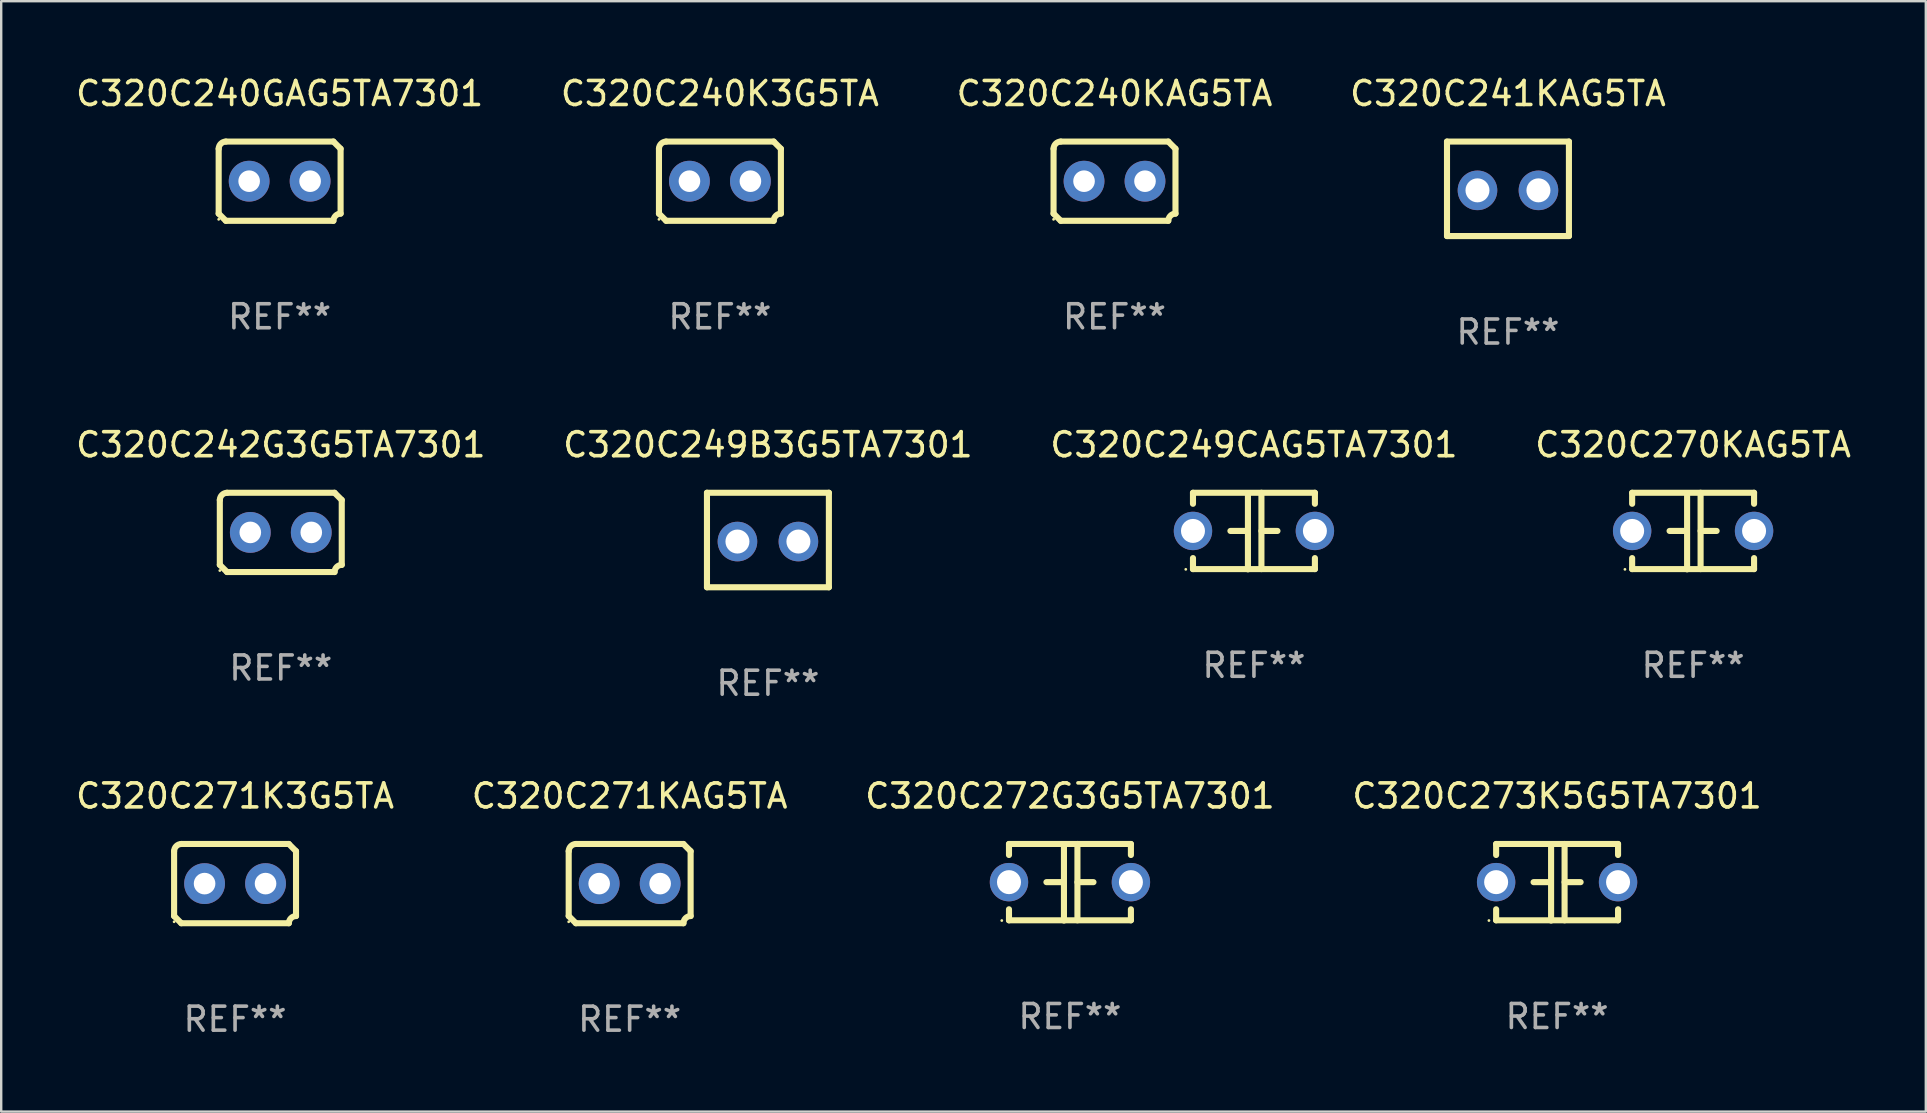
<source format=kicad_pcb>
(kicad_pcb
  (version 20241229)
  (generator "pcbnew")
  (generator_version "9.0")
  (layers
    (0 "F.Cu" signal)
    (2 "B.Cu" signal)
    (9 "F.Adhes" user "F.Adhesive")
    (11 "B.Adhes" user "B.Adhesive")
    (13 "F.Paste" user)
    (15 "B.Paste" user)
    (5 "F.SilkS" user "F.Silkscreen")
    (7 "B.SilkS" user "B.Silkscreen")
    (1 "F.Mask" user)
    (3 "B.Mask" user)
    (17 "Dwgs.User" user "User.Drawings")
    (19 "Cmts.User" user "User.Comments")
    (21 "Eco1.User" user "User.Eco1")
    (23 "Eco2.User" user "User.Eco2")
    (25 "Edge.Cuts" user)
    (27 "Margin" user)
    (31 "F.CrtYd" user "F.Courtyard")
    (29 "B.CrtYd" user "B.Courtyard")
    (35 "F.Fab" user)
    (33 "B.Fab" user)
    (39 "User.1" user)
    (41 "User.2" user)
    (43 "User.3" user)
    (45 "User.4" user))
  (footprint "C320C271K3G5TA"
    (layer "F.Cu")
    (at 6.744 33.766)
    (property "Reference" "C320C271K3G5TA" (at 0 -3.651 0) (layer "F.SilkS") (effects (font (size 1 1) (thickness 0.15))))
    (attr through_hole)
    (fp_line (start -2.54 -1.351) (end -2.54 1.351) (stroke (width 0.254) (type solid)) (layer "F.SilkS"))
    (fp_line (start -2.24 -1.651) (end 2.24 -1.651) (stroke (width 0.254) (type solid)) (layer "F.SilkS"))
    (fp_line (start 2.24 1.651) (end -2.24 1.651) (stroke (width 0.254) (type solid)) (layer "F.SilkS"))
    (fp_line (start 2.54 1.351) (end 2.54 -1.351) (stroke (width 0.254) (type solid)) (layer "F.SilkS"))
    (fp_arc (start -2.540005 -1.351283) (mid -2.450115 -1.561309) (end -2.240005 -1.651003) (stroke (width 0.254001) (type solid)) (layer "F.SilkS"))
    (fp_arc (start -2.240287 1.651001) (mid -2.390163 1.501019) (end -2.540005 1.351003) (stroke (width 0.254001) (type solid)) (layer "F.SilkS"))
    (fp_arc (start 2.240005 1.651003) (mid 2.329934 1.441015) (end 2.540005 1.351282) (stroke (width 0.254001) (type solid)) (layer "F.SilkS"))
    (fp_arc (start 2.540005 -1.351003) (mid 2.389393 -1.500252) (end 2.240284 -1.651003) (stroke (width 0.254001) (type solid)) (layer "F.SilkS"))
    (fp_circle (center -2.54 1.59) (end -2.51 1.59) (stroke (width 0.06) (type solid)) (fill no) (layer "F.SilkS"))
    (fp_text user "REF**" (at 0 5.651 0) (layer "F.Fab") (effects (font (size 1 1) (thickness 0.15))))
    (pad "1" thru_hole circle (at -1.27 0) (size 1.7 1.7) (drill 0.9) (layers "*.Cu" "*.Mask"))
    (pad "2" thru_hole circle (at 1.27 0) (size 1.7 1.7) (drill 0.9) (layers "*.Cu" "*.Mask")))
  (footprint "C320C273K5G5TA7301"
    (layer "F.Cu")
    (at 61.827 33.71)
    (property "Reference" "C320C273K5G5TA7301" (at 0 -3.595 0) (layer "F.SilkS") (effects (font (size 1 1) (thickness 0.15))))
    (attr through_hole)
    (fp_line (start -2.54 -1.595) (end -2.54 -1.136) (stroke (width 0.254) (type solid)) (layer "F.SilkS"))
    (fp_line (start -2.54 -1.595) (end 2.54 -1.595) (stroke (width 0.254) (type solid)) (layer "F.SilkS"))
    (fp_line (start -2.54 1.126) (end -2.54 1.585) (stroke (width 0.254) (type solid)) (layer "F.SilkS"))
    (fp_line (start -0.312 -0.005) (end -0.98 -0.005) (stroke (width 0.254) (type solid)) (layer "F.SilkS"))
    (fp_line (start -0.25 -1.585) (end -0.25 1.595) (stroke (width 0.254) (type solid)) (layer "F.SilkS"))
    (fp_line (start 0.312 -1.595) (end 0.312 1.585) (stroke (width 0.254) (type solid)) (layer "F.SilkS"))
    (fp_line (start 0.312 -0.005) (end 0.98 -0.005) (stroke (width 0.254) (type solid)) (layer "F.SilkS"))
    (fp_line (start 2.54 -1.595) (end 2.54 -1.136) (stroke (width 0.254) (type solid)) (layer "F.SilkS"))
    (fp_line (start 2.54 1.126) (end 2.54 1.585) (stroke (width 0.254) (type solid)) (layer "F.SilkS"))
    (fp_line (start 2.54 1.585) (end -2.54 1.585) (stroke (width 0.254) (type solid)) (layer "F.SilkS"))
    (fp_circle (center -2.84 1.595) (end -2.81 1.595) (stroke (width 0.06) (type solid)) (fill no) (layer "F.SilkS"))
    (fp_text user "REF**" (at 0 5.595 0) (layer "F.Fab") (effects (font (size 1 1) (thickness 0.15))))
    (pad "1" thru_hole circle (at -2.54 -0.005) (size 1.6 1.6) (drill 1) (layers "*.Cu" "*.Mask"))
    (pad "2" thru_hole circle (at 2.54 -0.005) (size 1.6 1.6) (drill 1) (layers "*.Cu" "*.Mask")))
  (footprint "C320C240KAG5TA"
    (layer "F.Cu")
    (at 43.387 4.499)
    (property "Reference" "C320C240KAG5TA" (at 0 -3.651 0) (layer "F.SilkS") (effects (font (size 1 1) (thickness 0.15))))
    (attr through_hole)
    (fp_line (start -2.54 -1.351) (end -2.54 1.351) (stroke (width 0.254) (type solid)) (layer "F.SilkS"))
    (fp_line (start -2.24 -1.651) (end 2.24 -1.651) (stroke (width 0.254) (type solid)) (layer "F.SilkS"))
    (fp_line (start 2.24 1.651) (end -2.24 1.651) (stroke (width 0.254) (type solid)) (layer "F.SilkS"))
    (fp_line (start 2.54 1.351) (end 2.54 -1.351) (stroke (width 0.254) (type solid)) (layer "F.SilkS"))
    (fp_arc (start -2.540005 -1.351283) (mid -2.450115 -1.561309) (end -2.240005 -1.651003) (stroke (width 0.254001) (type solid)) (layer "F.SilkS"))
    (fp_arc (start -2.240287 1.651001) (mid -2.390163 1.501019) (end -2.540005 1.351003) (stroke (width 0.254001) (type solid)) (layer "F.SilkS"))
    (fp_arc (start 2.240005 1.651003) (mid 2.329934 1.441015) (end 2.540005 1.351282) (stroke (width 0.254001) (type solid)) (layer "F.SilkS"))
    (fp_arc (start 2.540005 -1.351003) (mid 2.389393 -1.500252) (end 2.240284 -1.651003) (stroke (width 0.254001) (type solid)) (layer "F.SilkS"))
    (fp_circle (center -2.54 1.59) (end -2.51 1.59) (stroke (width 0.06) (type solid)) (fill no) (layer "F.SilkS"))
    (fp_text user "REF**" (at 0 5.651 0) (layer "F.Fab") (effects (font (size 1 1) (thickness 0.15))))
    (pad "1" thru_hole circle (at -1.27 0) (size 1.7 1.7) (drill 0.9) (layers "*.Cu" "*.Mask"))
    (pad "2" thru_hole circle (at 1.27 0) (size 1.7 1.7) (drill 0.9) (layers "*.Cu" "*.Mask")))
  (footprint "C320C270KAG5TA"
    (layer "F.Cu")
    (at 67.494 19.077)
    (property "Reference" "C320C270KAG5TA" (at 0 -3.595 0) (layer "F.SilkS") (effects (font (size 1 1) (thickness 0.15))))
    (attr through_hole)
    (fp_line (start -2.54 -1.595) (end -2.54 -1.136) (stroke (width 0.254) (type solid)) (layer "F.SilkS"))
    (fp_line (start -2.54 -1.595) (end 2.54 -1.595) (stroke (width 0.254) (type solid)) (layer "F.SilkS"))
    (fp_line (start -2.54 1.126) (end -2.54 1.585) (stroke (width 0.254) (type solid)) (layer "F.SilkS"))
    (fp_line (start -0.312 -0.005) (end -0.98 -0.005) (stroke (width 0.254) (type solid)) (layer "F.SilkS"))
    (fp_line (start -0.25 -1.585) (end -0.25 1.595) (stroke (width 0.254) (type solid)) (layer "F.SilkS"))
    (fp_line (start 0.312 -1.595) (end 0.312 1.585) (stroke (width 0.254) (type solid)) (layer "F.SilkS"))
    (fp_line (start 0.312 -0.005) (end 0.98 -0.005) (stroke (width 0.254) (type solid)) (layer "F.SilkS"))
    (fp_line (start 2.54 -1.595) (end 2.54 -1.136) (stroke (width 0.254) (type solid)) (layer "F.SilkS"))
    (fp_line (start 2.54 1.126) (end 2.54 1.585) (stroke (width 0.254) (type solid)) (layer "F.SilkS"))
    (fp_line (start 2.54 1.585) (end -2.54 1.585) (stroke (width 0.254) (type solid)) (layer "F.SilkS"))
    (fp_circle (center -2.84 1.595) (end -2.81 1.595) (stroke (width 0.06) (type solid)) (fill no) (layer "F.SilkS"))
    (fp_text user "REF**" (at 0 5.595 0) (layer "F.Fab") (effects (font (size 1 1) (thickness 0.15))))
    (pad "1" thru_hole circle (at -2.54 -0.005) (size 1.6 1.6) (drill 1) (layers "*.Cu" "*.Mask"))
    (pad "2" thru_hole circle (at 2.54 -0.005) (size 1.6 1.6) (drill 1) (layers "*.Cu" "*.Mask")))
  (footprint "C320C241KAG5TA"
    (layer "F.Cu")
    (at 59.78 4.817)
    (property "Reference" "C320C241KAG5TA" (at 0 -3.969 0) (layer "F.SilkS") (effects (font (size 1 1) (thickness 0.15))))
    (attr through_hole)
    (fp_line (start -2.54 -1.969) (end -2.54 1.969) (stroke (width 0.254) (type solid)) (layer "F.SilkS"))
    (fp_line (start -2.54 1.969) (end 2.54 1.969) (stroke (width 0.254) (type solid)) (layer "F.SilkS"))
    (fp_line (start 2.54 -1.969) (end -2.54 -1.969) (stroke (width 0.254) (type solid)) (layer "F.SilkS"))
    (fp_line (start 2.54 1.969) (end 2.54 -1.969) (stroke (width 0.254) (type solid)) (layer "F.SilkS"))
    (fp_circle (center -2.55 1.963) (end -2.52 1.963) (stroke (width 0.06) (type solid)) (fill no) (layer "F.SilkS"))
    (fp_text user "REF**" (at 0 5.969 0) (layer "F.Fab") (effects (font (size 1 1) (thickness 0.15))))
    (pad "1" thru_hole circle (at -1.27 0.064) (size 1.65 1.65) (drill 1) (layers "*.Cu" "*.Mask"))
    (pad "2" thru_hole circle (at 1.27 0.064) (size 1.65 1.65) (drill 1) (layers "*.Cu" "*.Mask")))
  (footprint "C320C240K3G5TA"
    (layer "F.Cu")
    (at 26.946 4.499)
    (property "Reference" "C320C240K3G5TA" (at 0 -3.651 0) (layer "F.SilkS") (effects (font (size 1 1) (thickness 0.15))))
    (attr through_hole)
    (fp_line (start -2.54 -1.351) (end -2.54 1.351) (stroke (width 0.254) (type solid)) (layer "F.SilkS"))
    (fp_line (start -2.24 -1.651) (end 2.24 -1.651) (stroke (width 0.254) (type solid)) (layer "F.SilkS"))
    (fp_line (start 2.24 1.651) (end -2.24 1.651) (stroke (width 0.254) (type solid)) (layer "F.SilkS"))
    (fp_line (start 2.54 1.351) (end 2.54 -1.351) (stroke (width 0.254) (type solid)) (layer "F.SilkS"))
    (fp_arc (start -2.540005 -1.351283) (mid -2.450115 -1.561309) (end -2.240005 -1.651003) (stroke (width 0.254001) (type solid)) (layer "F.SilkS"))
    (fp_arc (start -2.240287 1.651001) (mid -2.390163 1.501019) (end -2.540005 1.351003) (stroke (width 0.254001) (type solid)) (layer "F.SilkS"))
    (fp_arc (start 2.240005 1.651003) (mid 2.329934 1.441015) (end 2.540005 1.351282) (stroke (width 0.254001) (type solid)) (layer "F.SilkS"))
    (fp_arc (start 2.540005 -1.351003) (mid 2.389393 -1.500252) (end 2.240284 -1.651003) (stroke (width 0.254001) (type solid)) (layer "F.SilkS"))
    (fp_circle (center -2.54 1.59) (end -2.51 1.59) (stroke (width 0.06) (type solid)) (fill no) (layer "F.SilkS"))
    (fp_text user "REF**" (at 0 5.651 0) (layer "F.Fab") (effects (font (size 1 1) (thickness 0.15))))
    (pad "1" thru_hole circle (at -1.27 0) (size 1.7 1.7) (drill 0.9) (layers "*.Cu" "*.Mask"))
    (pad "2" thru_hole circle (at 1.27 0) (size 1.7 1.7) (drill 0.9) (layers "*.Cu" "*.Mask")))
  (footprint "C320C242G3G5TA7301"
    (layer "F.Cu")
    (at 8.649 19.133)
    (property "Reference" "C320C242G3G5TA7301" (at 0 -3.651 0) (layer "F.SilkS") (effects (font (size 1 1) (thickness 0.15))))
    (attr through_hole)
    (fp_line (start -2.54 -1.351) (end -2.54 1.351) (stroke (width 0.254) (type solid)) (layer "F.SilkS"))
    (fp_line (start -2.24 -1.651) (end 2.24 -1.651) (stroke (width 0.254) (type solid)) (layer "F.SilkS"))
    (fp_line (start 2.24 1.651) (end -2.24 1.651) (stroke (width 0.254) (type solid)) (layer "F.SilkS"))
    (fp_line (start 2.54 1.351) (end 2.54 -1.351) (stroke (width 0.254) (type solid)) (layer "F.SilkS"))
    (fp_arc (start -2.540005 -1.351283) (mid -2.450115 -1.561309) (end -2.240005 -1.651003) (stroke (width 0.254001) (type solid)) (layer "F.SilkS"))
    (fp_arc (start -2.240287 1.651001) (mid -2.390163 1.501019) (end -2.540005 1.351003) (stroke (width 0.254001) (type solid)) (layer "F.SilkS"))
    (fp_arc (start 2.240005 1.651003) (mid 2.329934 1.441015) (end 2.540005 1.351282) (stroke (width 0.254001) (type solid)) (layer "F.SilkS"))
    (fp_arc (start 2.540005 -1.351003) (mid 2.389393 -1.500252) (end 2.240284 -1.651003) (stroke (width 0.254001) (type solid)) (layer "F.SilkS"))
    (fp_circle (center -2.54 1.59) (end -2.51 1.59) (stroke (width 0.06) (type solid)) (fill no) (layer "F.SilkS"))
    (fp_text user "REF**" (at 0 5.651 0) (layer "F.Fab") (effects (font (size 1 1) (thickness 0.15))))
    (pad "1" thru_hole circle (at -1.27 0) (size 1.7 1.7) (drill 0.9) (layers "*.Cu" "*.Mask"))
    (pad "2" thru_hole circle (at 1.27 0) (size 1.7 1.7) (drill 0.9) (layers "*.Cu" "*.Mask")))
  (footprint "C320C249B3G5TA7301"
    (layer "F.Cu")
    (at 28.946 19.45)
    (property "Reference" "C320C249B3G5TA7301" (at 0 -3.969 0) (layer "F.SilkS") (effects (font (size 1 1) (thickness 0.15))))
    (attr through_hole)
    (fp_line (start -2.54 -1.969) (end -2.54 1.969) (stroke (width 0.254) (type solid)) (layer "F.SilkS"))
    (fp_line (start -2.54 1.969) (end 2.54 1.969) (stroke (width 0.254) (type solid)) (layer "F.SilkS"))
    (fp_line (start 2.54 -1.969) (end -2.54 -1.969) (stroke (width 0.254) (type solid)) (layer "F.SilkS"))
    (fp_line (start 2.54 1.969) (end 2.54 -1.969) (stroke (width 0.254) (type solid)) (layer "F.SilkS"))
    (fp_circle (center -2.55 1.963) (end -2.52 1.963) (stroke (width 0.06) (type solid)) (fill no) (layer "F.SilkS"))
    (fp_text user "REF**" (at 0 5.969 0) (layer "F.Fab") (effects (font (size 1 1) (thickness 0.15))))
    (pad "1" thru_hole circle (at -1.27 0.064) (size 1.65 1.65) (drill 1) (layers "*.Cu" "*.Mask"))
    (pad "2" thru_hole circle (at 1.27 0.064) (size 1.65 1.65) (drill 1) (layers "*.Cu" "*.Mask")))
  (footprint "C320C272G3G5TA7301"
    (layer "F.Cu")
    (at 41.53 33.71)
    (property "Reference" "C320C272G3G5TA7301" (at 0 -3.595 0) (layer "F.SilkS") (effects (font (size 1 1) (thickness 0.15))))
    (attr through_hole)
    (fp_line (start -2.54 -1.595) (end -2.54 -1.136) (stroke (width 0.254) (type solid)) (layer "F.SilkS"))
    (fp_line (start -2.54 -1.595) (end 2.54 -1.595) (stroke (width 0.254) (type solid)) (layer "F.SilkS"))
    (fp_line (start -2.54 1.126) (end -2.54 1.585) (stroke (width 0.254) (type solid)) (layer "F.SilkS"))
    (fp_line (start -0.312 -0.005) (end -0.98 -0.005) (stroke (width 0.254) (type solid)) (layer "F.SilkS"))
    (fp_line (start -0.25 -1.585) (end -0.25 1.595) (stroke (width 0.254) (type solid)) (layer "F.SilkS"))
    (fp_line (start 0.312 -1.595) (end 0.312 1.585) (stroke (width 0.254) (type solid)) (layer "F.SilkS"))
    (fp_line (start 0.312 -0.005) (end 0.98 -0.005) (stroke (width 0.254) (type solid)) (layer "F.SilkS"))
    (fp_line (start 2.54 -1.595) (end 2.54 -1.136) (stroke (width 0.254) (type solid)) (layer "F.SilkS"))
    (fp_line (start 2.54 1.126) (end 2.54 1.585) (stroke (width 0.254) (type solid)) (layer "F.SilkS"))
    (fp_line (start 2.54 1.585) (end -2.54 1.585) (stroke (width 0.254) (type solid)) (layer "F.SilkS"))
    (fp_circle (center -2.84 1.595) (end -2.81 1.595) (stroke (width 0.06) (type solid)) (fill no) (layer "F.SilkS"))
    (fp_text user "REF**" (at 0 5.595 0) (layer "F.Fab") (effects (font (size 1 1) (thickness 0.15))))
    (pad "1" thru_hole circle (at -2.54 -0.005) (size 1.6 1.6) (drill 1) (layers "*.Cu" "*.Mask"))
    (pad "2" thru_hole circle (at 2.54 -0.005) (size 1.6 1.6) (drill 1) (layers "*.Cu" "*.Mask")))
  (footprint "C320C271KAG5TA"
    (layer "F.Cu")
    (at 23.185 33.766)
    (property "Reference" "C320C271KAG5TA" (at 0 -3.651 0) (layer "F.SilkS") (effects (font (size 1 1) (thickness 0.15))))
    (attr through_hole)
    (fp_line (start -2.54 -1.351) (end -2.54 1.351) (stroke (width 0.254) (type solid)) (layer "F.SilkS"))
    (fp_line (start -2.24 -1.651) (end 2.24 -1.651) (stroke (width 0.254) (type solid)) (layer "F.SilkS"))
    (fp_line (start 2.24 1.651) (end -2.24 1.651) (stroke (width 0.254) (type solid)) (layer "F.SilkS"))
    (fp_line (start 2.54 1.351) (end 2.54 -1.351) (stroke (width 0.254) (type solid)) (layer "F.SilkS"))
    (fp_arc (start -2.540005 -1.351283) (mid -2.450115 -1.561309) (end -2.240005 -1.651003) (stroke (width 0.254001) (type solid)) (layer "F.SilkS"))
    (fp_arc (start -2.240287 1.651001) (mid -2.390163 1.501019) (end -2.540005 1.351003) (stroke (width 0.254001) (type solid)) (layer "F.SilkS"))
    (fp_arc (start 2.240005 1.651003) (mid 2.329934 1.441015) (end 2.540005 1.351282) (stroke (width 0.254001) (type solid)) (layer "F.SilkS"))
    (fp_arc (start 2.540005 -1.351003) (mid 2.389393 -1.500252) (end 2.240284 -1.651003) (stroke (width 0.254001) (type solid)) (layer "F.SilkS"))
    (fp_circle (center -2.54 1.59) (end -2.51 1.59) (stroke (width 0.06) (type solid)) (fill no) (layer "F.SilkS"))
    (fp_text user "REF**" (at 0 5.651 0) (layer "F.Fab") (effects (font (size 1 1) (thickness 0.15))))
    (pad "1" thru_hole circle (at -1.27 0) (size 1.7 1.7) (drill 0.9) (layers "*.Cu" "*.Mask"))
    (pad "2" thru_hole circle (at 1.27 0) (size 1.7 1.7) (drill 0.9) (layers "*.Cu" "*.Mask")))
  (footprint "C320C249CAG5TA7301"
    (layer "F.Cu")
    (at 49.196 19.077)
    (property "Reference" "C320C249CAG5TA7301" (at 0 -3.595 0) (layer "F.SilkS") (effects (font (size 1 1) (thickness 0.15))))
    (attr through_hole)
    (fp_line (start -2.54 -1.595) (end -2.54 -1.136) (stroke (width 0.254) (type solid)) (layer "F.SilkS"))
    (fp_line (start -2.54 -1.595) (end 2.54 -1.595) (stroke (width 0.254) (type solid)) (layer "F.SilkS"))
    (fp_line (start -2.54 1.126) (end -2.54 1.585) (stroke (width 0.254) (type solid)) (layer "F.SilkS"))
    (fp_line (start -0.312 -0.005) (end -0.98 -0.005) (stroke (width 0.254) (type solid)) (layer "F.SilkS"))
    (fp_line (start -0.25 -1.585) (end -0.25 1.595) (stroke (width 0.254) (type solid)) (layer "F.SilkS"))
    (fp_line (start 0.312 -1.595) (end 0.312 1.585) (stroke (width 0.254) (type solid)) (layer "F.SilkS"))
    (fp_line (start 0.312 -0.005) (end 0.98 -0.005) (stroke (width 0.254) (type solid)) (layer "F.SilkS"))
    (fp_line (start 2.54 -1.595) (end 2.54 -1.136) (stroke (width 0.254) (type solid)) (layer "F.SilkS"))
    (fp_line (start 2.54 1.126) (end 2.54 1.585) (stroke (width 0.254) (type solid)) (layer "F.SilkS"))
    (fp_line (start 2.54 1.585) (end -2.54 1.585) (stroke (width 0.254) (type solid)) (layer "F.SilkS"))
    (fp_circle (center -2.84 1.595) (end -2.81 1.595) (stroke (width 0.06) (type solid)) (fill no) (layer "F.SilkS"))
    (fp_text user "REF**" (at 0 5.595 0) (layer "F.Fab") (effects (font (size 1 1) (thickness 0.15))))
    (pad "1" thru_hole circle (at -2.54 -0.005) (size 1.6 1.6) (drill 1) (layers "*.Cu" "*.Mask"))
    (pad "2" thru_hole circle (at 2.54 -0.005) (size 1.6 1.6) (drill 1) (layers "*.Cu" "*.Mask")))
  (footprint "C320C240GAG5TA7301"
    (layer "F.Cu")
    (at 8.601 4.499)
    (property "Reference" "C320C240GAG5TA7301" (at 0 -3.651 0) (layer "F.SilkS") (effects (font (size 1 1) (thickness 0.15))))
    (attr through_hole)
    (fp_line (start -2.54 -1.351) (end -2.54 1.351) (stroke (width 0.254) (type solid)) (layer "F.SilkS"))
    (fp_line (start -2.24 -1.651) (end 2.24 -1.651) (stroke (width 0.254) (type solid)) (layer "F.SilkS"))
    (fp_line (start 2.24 1.651) (end -2.24 1.651) (stroke (width 0.254) (type solid)) (layer "F.SilkS"))
    (fp_line (start 2.54 1.351) (end 2.54 -1.351) (stroke (width 0.254) (type solid)) (layer "F.SilkS"))
    (fp_arc (start -2.540005 -1.351283) (mid -2.450115 -1.561309) (end -2.240005 -1.651003) (stroke (width 0.254001) (type solid)) (layer "F.SilkS"))
    (fp_arc (start -2.240287 1.651001) (mid -2.390163 1.501019) (end -2.540005 1.351003) (stroke (width 0.254001) (type solid)) (layer "F.SilkS"))
    (fp_arc (start 2.240005 1.651003) (mid 2.329934 1.441015) (end 2.540005 1.351282) (stroke (width 0.254001) (type solid)) (layer "F.SilkS"))
    (fp_arc (start 2.540005 -1.351003) (mid 2.389393 -1.500252) (end 2.240284 -1.651003) (stroke (width 0.254001) (type solid)) (layer "F.SilkS"))
    (fp_circle (center -2.54 1.59) (end -2.51 1.59) (stroke (width 0.06) (type solid)) (fill no) (layer "F.SilkS"))
    (fp_text user "REF**" (at 0 5.651 0) (layer "F.Fab") (effects (font (size 1 1) (thickness 0.15))))
    (pad "1" thru_hole circle (at -1.27 0) (size 1.7 1.7) (drill 0.9) (layers "*.Cu" "*.Mask"))
    (pad "2" thru_hole circle (at 1.27 0) (size 1.7 1.7) (drill 0.9) (layers "*.Cu" "*.Mask")))
  (gr_rect
    (start -3 -3)
    (end 77.19 43.266)
    (stroke (width 0.1) (type default))
    (fill no)
    (layer "Edge.Cuts")))
</source>
